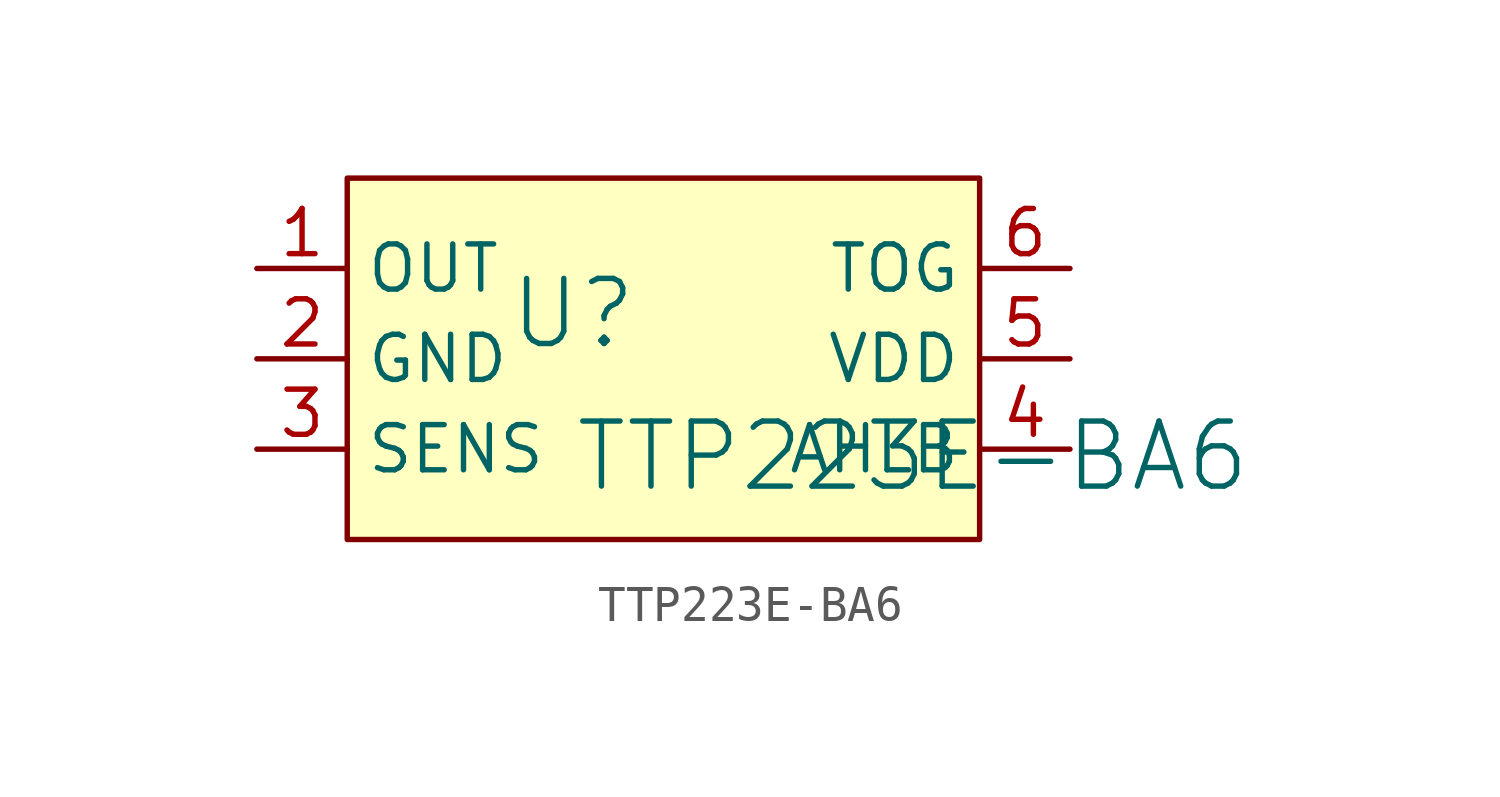
<source format=kicad_sym>
(kicad_symbol_lib
  (version 20241209)
  (generator "kicad_symbol_editor")
  (generator_version "9.0")
  (symbol "TTP223E-BA6"
    (property "Reference" "U"
      (at -1.27 1.27 0)
      (effects (font (size 1.829 1.829))))
    (property "Value" "TTP223E-BA6"
      (at -1.27 -3.81 0)
      (effects (font (size 1.829 1.829)) (justify left bottom)))
    (symbol "TTP223E-BA6_1_0"
      (rectangle (start 10.16 5.08) (end -7.62 -5.08) (stroke (width 0) (type solid) (color 128 0 0 1)) (fill (type background)))
      (pin passive line (at -10.16 2.54 0) (length 2.54) (name "OUT" (effects (font (size 1.27 1.27)))) (number "1" (effects (font (size 1.27 1.27)))))
      (pin passive line (at -10.16 0 0) (length 2.54) (name "GND" (effects (font (size 1.27 1.27)))) (number "2" (effects (font (size 1.27 1.27)))))
      (pin passive line (at -10.16 -2.54 0) (length 2.54) (name "SENS" (effects (font (size 1.27 1.27)))) (number "3" (effects (font (size 1.27 1.27)))))
      (pin passive line (at 12.7 2.54 180) (length 2.54) (name "TOG" (effects (font (size 1.27 1.27)))) (number "6" (effects (font (size 1.27 1.27)))))
      (pin passive line (at 12.7 0 180) (length 2.54) (name "VDD" (effects (font (size 1.27 1.27)))) (number "5" (effects (font (size 1.27 1.27)))))
      (pin passive line (at 12.7 -2.54 180) (length 2.54) (name "AHLB" (effects (font (size 1.27 1.27)))) (number "4" (effects (font (size 1.27 1.27))))))))
</source>
